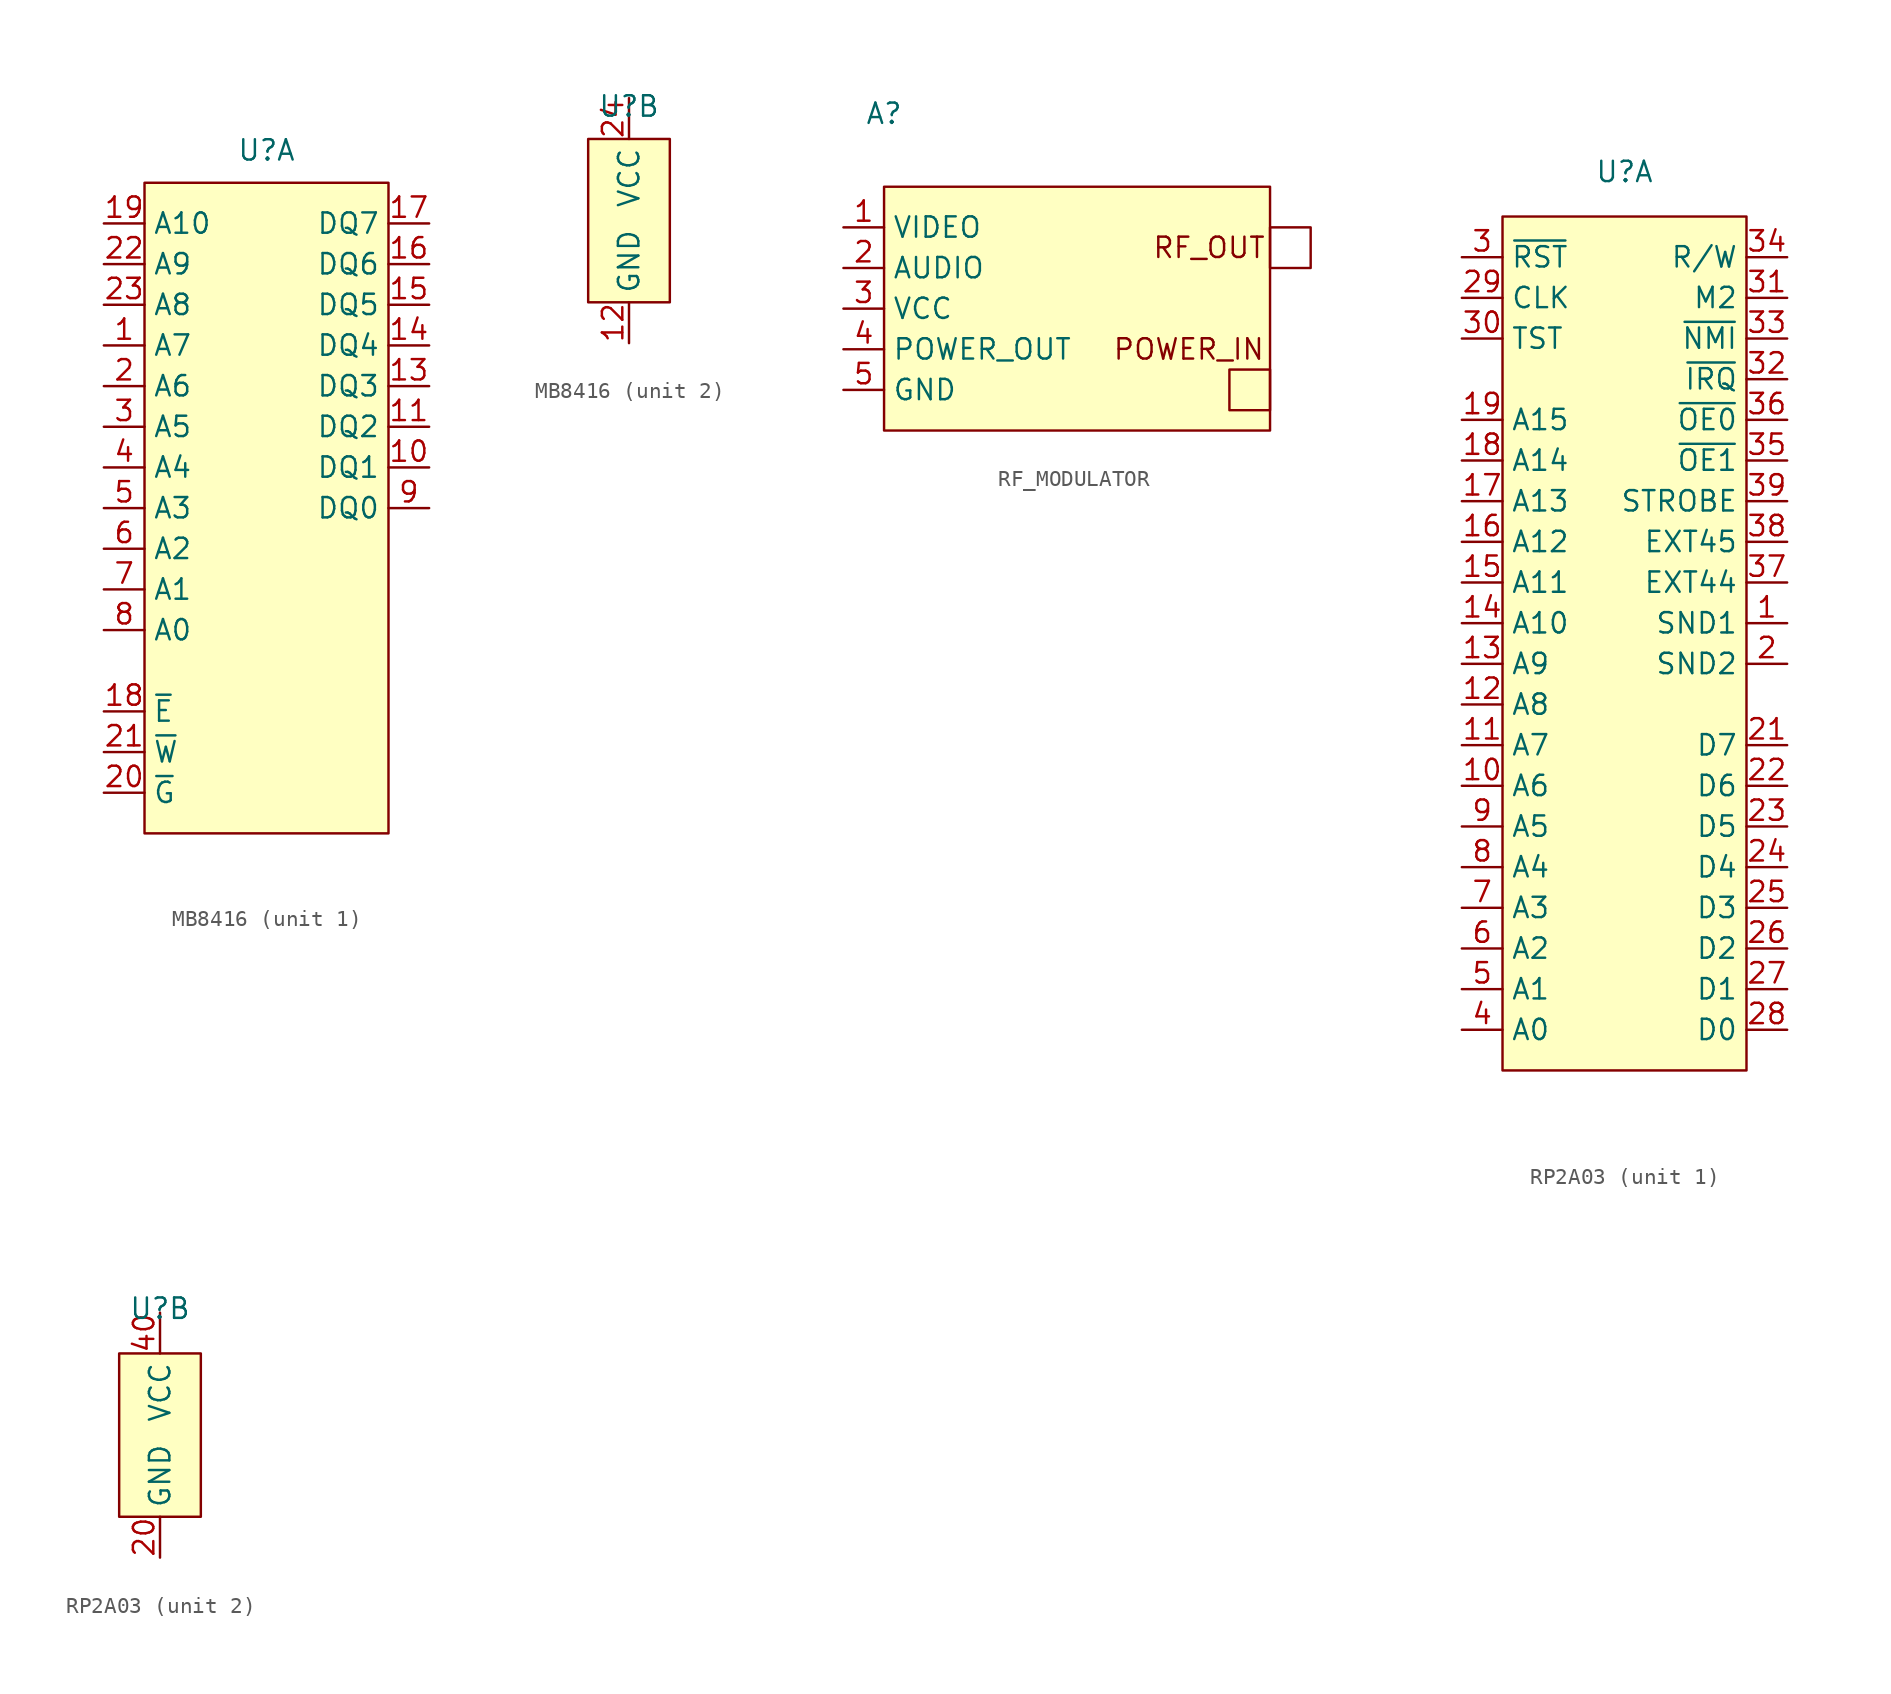
<source format=kicad_sym>
(kicad_symbol_lib
  (version 20241209)
  (generator "kicad_symbol_editor")
  (generator_version "9.0")
  (symbol "MB8416"
    (property "Reference" "U"
      (at 0 2.032 0)
      (effects (font (size 1.27 1.27))))
    (property "Value" ""
      (at 0 0 0)
      (effects (font (size 1.27 1.27))))
    (property "ki_locked" ""
      (at 0 0 0)
      (effects (font (size 1.27 1.27))))
    (symbol "MB8416_1_0"
      (pin input line (at -10.16 -2.54 0) (length 2.54) (name "A10" (effects (font (size 1.27 1.27)))) (number "19" (effects (font (size 1.27 1.27)))))
      (pin input line (at -10.16 -5.08 0) (length 2.54) (name "A9" (effects (font (size 1.27 1.27)))) (number "22" (effects (font (size 1.27 1.27)))))
      (pin input line (at -10.16 -7.62 0) (length 2.54) (name "A8" (effects (font (size 1.27 1.27)))) (number "23" (effects (font (size 1.27 1.27)))))
      (pin input line (at -10.16 -10.16 0) (length 2.54) (name "A7" (effects (font (size 1.27 1.27)))) (number "1" (effects (font (size 1.27 1.27)))))
      (pin input line (at -10.16 -12.7 0) (length 2.54) (name "A6" (effects (font (size 1.27 1.27)))) (number "2" (effects (font (size 1.27 1.27)))))
      (pin input line (at -10.16 -15.24 0) (length 2.54) (name "A5" (effects (font (size 1.27 1.27)))) (number "3" (effects (font (size 1.27 1.27)))))
      (pin input line (at -10.16 -17.78 0) (length 2.54) (name "A4" (effects (font (size 1.27 1.27)))) (number "4" (effects (font (size 1.27 1.27)))))
      (pin input line (at -10.16 -20.32 0) (length 2.54) (name "A3" (effects (font (size 1.27 1.27)))) (number "5" (effects (font (size 1.27 1.27)))))
      (pin input line (at -10.16 -22.86 0) (length 2.54) (name "A2" (effects (font (size 1.27 1.27)))) (number "6" (effects (font (size 1.27 1.27)))))
      (pin input line (at -10.16 -25.4 0) (length 2.54) (name "A1" (effects (font (size 1.27 1.27)))) (number "7" (effects (font (size 1.27 1.27)))))
      (pin input line (at -10.16 -27.94 0) (length 2.54) (name "A0" (effects (font (size 1.27 1.27)))) (number "8" (effects (font (size 1.27 1.27)))))
      (pin input line (at -10.16 -33.02 0) (length 2.54) (name "~{E}" (effects (font (size 1.27 1.27)))) (number "18" (effects (font (size 1.27 1.27)))))
      (pin input line (at -10.16 -35.56 0) (length 2.54) (name "~{W}" (effects (font (size 1.27 1.27)))) (number "21" (effects (font (size 1.27 1.27)))))
      (pin input line (at -10.16 -38.1 0) (length 2.54) (name "~{G}" (effects (font (size 1.27 1.27)))) (number "20" (effects (font (size 1.27 1.27)))))
      (pin tri_state line (at 10.16 -2.54 180) (length 2.54) (name "DQ7" (effects (font (size 1.27 1.27)))) (number "17" (effects (font (size 1.27 1.27)))))
      (pin tri_state line (at 10.16 -5.08 180) (length 2.54) (name "DQ6" (effects (font (size 1.27 1.27)))) (number "16" (effects (font (size 1.27 1.27)))))
      (pin tri_state line (at 10.16 -7.62 180) (length 2.54) (name "DQ5" (effects (font (size 1.27 1.27)))) (number "15" (effects (font (size 1.27 1.27)))))
      (pin tri_state line (at 10.16 -10.16 180) (length 2.54) (name "DQ4" (effects (font (size 1.27 1.27)))) (number "14" (effects (font (size 1.27 1.27)))))
      (pin tri_state line (at 10.16 -12.7 180) (length 2.54) (name "DQ3" (effects (font (size 1.27 1.27)))) (number "13" (effects (font (size 1.27 1.27)))))
      (pin tri_state line (at 10.16 -15.24 180) (length 2.54) (name "DQ2" (effects (font (size 1.27 1.27)))) (number "11" (effects (font (size 1.27 1.27)))))
      (pin tri_state line (at 10.16 -17.78 180) (length 2.54) (name "DQ1" (effects (font (size 1.27 1.27)))) (number "10" (effects (font (size 1.27 1.27)))))
      (pin tri_state line (at 10.16 -20.32 180) (length 2.54) (name "DQ0" (effects (font (size 1.27 1.27)))) (number "9" (effects (font (size 1.27 1.27))))))
    (symbol "MB8416_1_1"
      (rectangle (start -7.62 0) (end 7.62 -40.64) (stroke (width 0) (type solid)) (fill (type background))))
    (symbol "MB8416_2_0"
      (pin power_in line (at 0 2.54 270) (length 2.54) (name "VCC" (effects (font (size 1.27 1.27)))) (number "24" (effects (font (size 1.27 1.27)))))
      (pin power_in line (at 0 -12.7 90) (length 2.54) (name "GND" (effects (font (size 1.27 1.27)))) (number "12" (effects (font (size 1.27 1.27))))))
    (symbol "MB8416_2_1"
      (rectangle (start -2.54 0) (end 2.54 -10.16) (stroke (width 0) (type solid)) (fill (type background)))))
  (symbol "RF_MODULATOR"
    (property "Reference" "A"
      (at 0 7.112 0)
      (effects (font (size 1.27 1.27))))
    (property "Value" ""
      (at 0 0 0)
      (effects (font (size 1.27 1.27))))
    (symbol "RF_MODULATOR_0_0"
      (pin input line (at -2.54 0 0) (length 2.54) (name "VIDEO" (effects (font (size 1.27 1.27)))) (number "1" (effects (font (size 1.27 1.27)))))
      (pin input line (at -2.54 -2.54 0) (length 2.54) (name "AUDIO" (effects (font (size 1.27 1.27)))) (number "2" (effects (font (size 1.27 1.27)))))
      (pin power_in line (at -2.54 -5.08 0) (length 2.54) (name "VCC" (effects (font (size 1.27 1.27)))) (number "3" (effects (font (size 1.27 1.27)))))
      (pin power_out line (at -2.54 -7.62 0) (length 2.54) (name "POWER_OUT" (effects (font (size 1.27 1.27)))) (number "4" (effects (font (size 1.27 1.27)))))
      (pin power_out line (at -2.54 -10.16 0) (length 2.54) (name "GND" (effects (font (size 1.27 1.27)))) (number "5" (effects (font (size 1.27 1.27))))))
    (symbol "RF_MODULATOR_0_1"
      (rectangle (start 21.59 -8.89) (end 24.13 -11.43) (stroke (width 0) (type default)) (fill (type none)))
      (rectangle (start 24.13 0) (end 26.67 -2.54) (stroke (width 0) (type default)) (fill (type none))))
    (symbol "RF_MODULATOR_1_1"
      (rectangle (start 0 2.54) (end 24.13 -12.7) (stroke (width 0) (type solid)) (fill (type background)))
      (text "POWER_IN" (at 19.05 -7.62 0) (effects (font (size 1.27 1.27))))
      (text "RF_OUT" (at 20.32 -1.27 0) (effects (font (size 1.27 1.27))))))
  (symbol "RP2A03"
    (property "Reference" "U"
      (at 0 2.794 0)
      (effects (font (size 1.27 1.27))))
    (property "Value" ""
      (at 0 0 0)
      (effects (font (size 1.27 1.27))))
    (property "ki_locked" ""
      (at 0 0 0)
      (effects (font (size 1.27 1.27))))
    (symbol "RP2A03_1_0"
      (pin input line (at -10.16 -2.54 0) (length 2.54) (name "~{RST}" (effects (font (size 1.27 1.27)))) (number "3" (effects (font (size 1.27 1.27)))))
      (pin input line (at -10.16 -5.08 0) (length 2.54) (name "CLK" (effects (font (size 1.27 1.27)))) (number "29" (effects (font (size 1.27 1.27)))))
      (pin input line (at -10.16 -7.62 0) (length 2.54) (name "TST" (effects (font (size 1.27 1.27)))) (number "30" (effects (font (size 1.27 1.27)))))
      (pin output line (at -10.16 -12.7 0) (length 2.54) (name "A15" (effects (font (size 1.27 1.27)))) (number "19" (effects (font (size 1.27 1.27)))))
      (pin output line (at -10.16 -15.24 0) (length 2.54) (name "A14" (effects (font (size 1.27 1.27)))) (number "18" (effects (font (size 1.27 1.27)))))
      (pin output line (at -10.16 -17.78 0) (length 2.54) (name "A13" (effects (font (size 1.27 1.27)))) (number "17" (effects (font (size 1.27 1.27)))))
      (pin output line (at -10.16 -20.32 0) (length 2.54) (name "A12" (effects (font (size 1.27 1.27)))) (number "16" (effects (font (size 1.27 1.27)))))
      (pin output line (at -10.16 -22.86 0) (length 2.54) (name "A11" (effects (font (size 1.27 1.27)))) (number "15" (effects (font (size 1.27 1.27)))))
      (pin output line (at -10.16 -25.4 0) (length 2.54) (name "A10" (effects (font (size 1.27 1.27)))) (number "14" (effects (font (size 1.27 1.27)))))
      (pin output line (at -10.16 -27.94 0) (length 2.54) (name "A9" (effects (font (size 1.27 1.27)))) (number "13" (effects (font (size 1.27 1.27)))))
      (pin output line (at -10.16 -30.48 0) (length 2.54) (name "A8" (effects (font (size 1.27 1.27)))) (number "12" (effects (font (size 1.27 1.27)))))
      (pin output line (at -10.16 -33.02 0) (length 2.54) (name "A7" (effects (font (size 1.27 1.27)))) (number "11" (effects (font (size 1.27 1.27)))))
      (pin output line (at -10.16 -35.56 0) (length 2.54) (name "A6" (effects (font (size 1.27 1.27)))) (number "10" (effects (font (size 1.27 1.27)))))
      (pin output line (at -10.16 -38.1 0) (length 2.54) (name "A5" (effects (font (size 1.27 1.27)))) (number "9" (effects (font (size 1.27 1.27)))))
      (pin output line (at -10.16 -40.64 0) (length 2.54) (name "A4" (effects (font (size 1.27 1.27)))) (number "8" (effects (font (size 1.27 1.27)))))
      (pin output line (at -10.16 -43.18 0) (length 2.54) (name "A3" (effects (font (size 1.27 1.27)))) (number "7" (effects (font (size 1.27 1.27)))))
      (pin output line (at -10.16 -45.72 0) (length 2.54) (name "A2" (effects (font (size 1.27 1.27)))) (number "6" (effects (font (size 1.27 1.27)))))
      (pin output line (at -10.16 -48.26 0) (length 2.54) (name "A1" (effects (font (size 1.27 1.27)))) (number "5" (effects (font (size 1.27 1.27)))))
      (pin output line (at -10.16 -50.8 0) (length 2.54) (name "A0" (effects (font (size 1.27 1.27)))) (number "4" (effects (font (size 1.27 1.27)))))
      (pin output line (at 10.16 -2.54 180) (length 2.54) (name "R/W" (effects (font (size 1.27 1.27)))) (number "34" (effects (font (size 1.27 1.27)))))
      (pin output line (at 10.16 -5.08 180) (length 2.54) (name "M2" (effects (font (size 1.27 1.27)))) (number "31" (effects (font (size 1.27 1.27)))))
      (pin input line (at 10.16 -7.62 180) (length 2.54) (name "~{NMI}" (effects (font (size 1.27 1.27)))) (number "33" (effects (font (size 1.27 1.27)))))
      (pin input line (at 10.16 -10.16 180) (length 2.54) (name "~{IRQ}" (effects (font (size 1.27 1.27)))) (number "32" (effects (font (size 1.27 1.27)))))
      (pin output line (at 10.16 -12.7 180) (length 2.54) (name "~{OE0}" (effects (font (size 1.27 1.27)))) (number "36" (effects (font (size 1.27 1.27)))))
      (pin output line (at 10.16 -15.24 180) (length 2.54) (name "~{OE1}" (effects (font (size 1.27 1.27)))) (number "35" (effects (font (size 1.27 1.27)))))
      (pin output line (at 10.16 -17.78 180) (length 2.54) (name "STROBE" (effects (font (size 1.27 1.27)))) (number "39" (effects (font (size 1.27 1.27)))))
      (pin output line (at 10.16 -20.32 180) (length 2.54) (name "EXT45" (effects (font (size 1.27 1.27)))) (number "38" (effects (font (size 1.27 1.27)))))
      (pin output line (at 10.16 -22.86 180) (length 2.54) (name "EXT44" (effects (font (size 1.27 1.27)))) (number "37" (effects (font (size 1.27 1.27)))))
      (pin output line (at 10.16 -25.4 180) (length 2.54) (name "SND1" (effects (font (size 1.27 1.27)))) (number "1" (effects (font (size 1.27 1.27)))))
      (pin output line (at 10.16 -27.94 180) (length 2.54) (name "SND2" (effects (font (size 1.27 1.27)))) (number "2" (effects (font (size 1.27 1.27)))))
      (pin bidirectional line (at 10.16 -33.02 180) (length 2.54) (name "D7" (effects (font (size 1.27 1.27)))) (number "21" (effects (font (size 1.27 1.27)))))
      (pin bidirectional line (at 10.16 -35.56 180) (length 2.54) (name "D6" (effects (font (size 1.27 1.27)))) (number "22" (effects (font (size 1.27 1.27)))))
      (pin bidirectional line (at 10.16 -38.1 180) (length 2.54) (name "D5" (effects (font (size 1.27 1.27)))) (number "23" (effects (font (size 1.27 1.27)))))
      (pin bidirectional line (at 10.16 -40.64 180) (length 2.54) (name "D4" (effects (font (size 1.27 1.27)))) (number "24" (effects (font (size 1.27 1.27)))))
      (pin bidirectional line (at 10.16 -43.18 180) (length 2.54) (name "D3" (effects (font (size 1.27 1.27)))) (number "25" (effects (font (size 1.27 1.27)))))
      (pin bidirectional line (at 10.16 -45.72 180) (length 2.54) (name "D2" (effects (font (size 1.27 1.27)))) (number "26" (effects (font (size 1.27 1.27)))))
      (pin bidirectional line (at 10.16 -48.26 180) (length 2.54) (name "D1" (effects (font (size 1.27 1.27)))) (number "27" (effects (font (size 1.27 1.27)))))
      (pin bidirectional line (at 10.16 -50.8 180) (length 2.54) (name "D0" (effects (font (size 1.27 1.27)))) (number "28" (effects (font (size 1.27 1.27))))))
    (symbol "RP2A03_1_1"
      (rectangle (start -7.62 0) (end 7.62 -53.34) (stroke (width 0) (type solid)) (fill (type background))))
    (symbol "RP2A03_2_0"
      (pin power_in line (at 0 2.54 270) (length 2.54) (name "VCC" (effects (font (size 1.27 1.27)))) (number "40" (effects (font (size 1.27 1.27)))))
      (pin power_in line (at 0 -12.7 90) (length 2.54) (name "GND" (effects (font (size 1.27 1.27)))) (number "20" (effects (font (size 1.27 1.27))))))
    (symbol "RP2A03_2_1"
      (rectangle (start -2.54 0) (end 2.54 -10.16) (stroke (width 0) (type solid)) (fill (type background))))))
</source>
